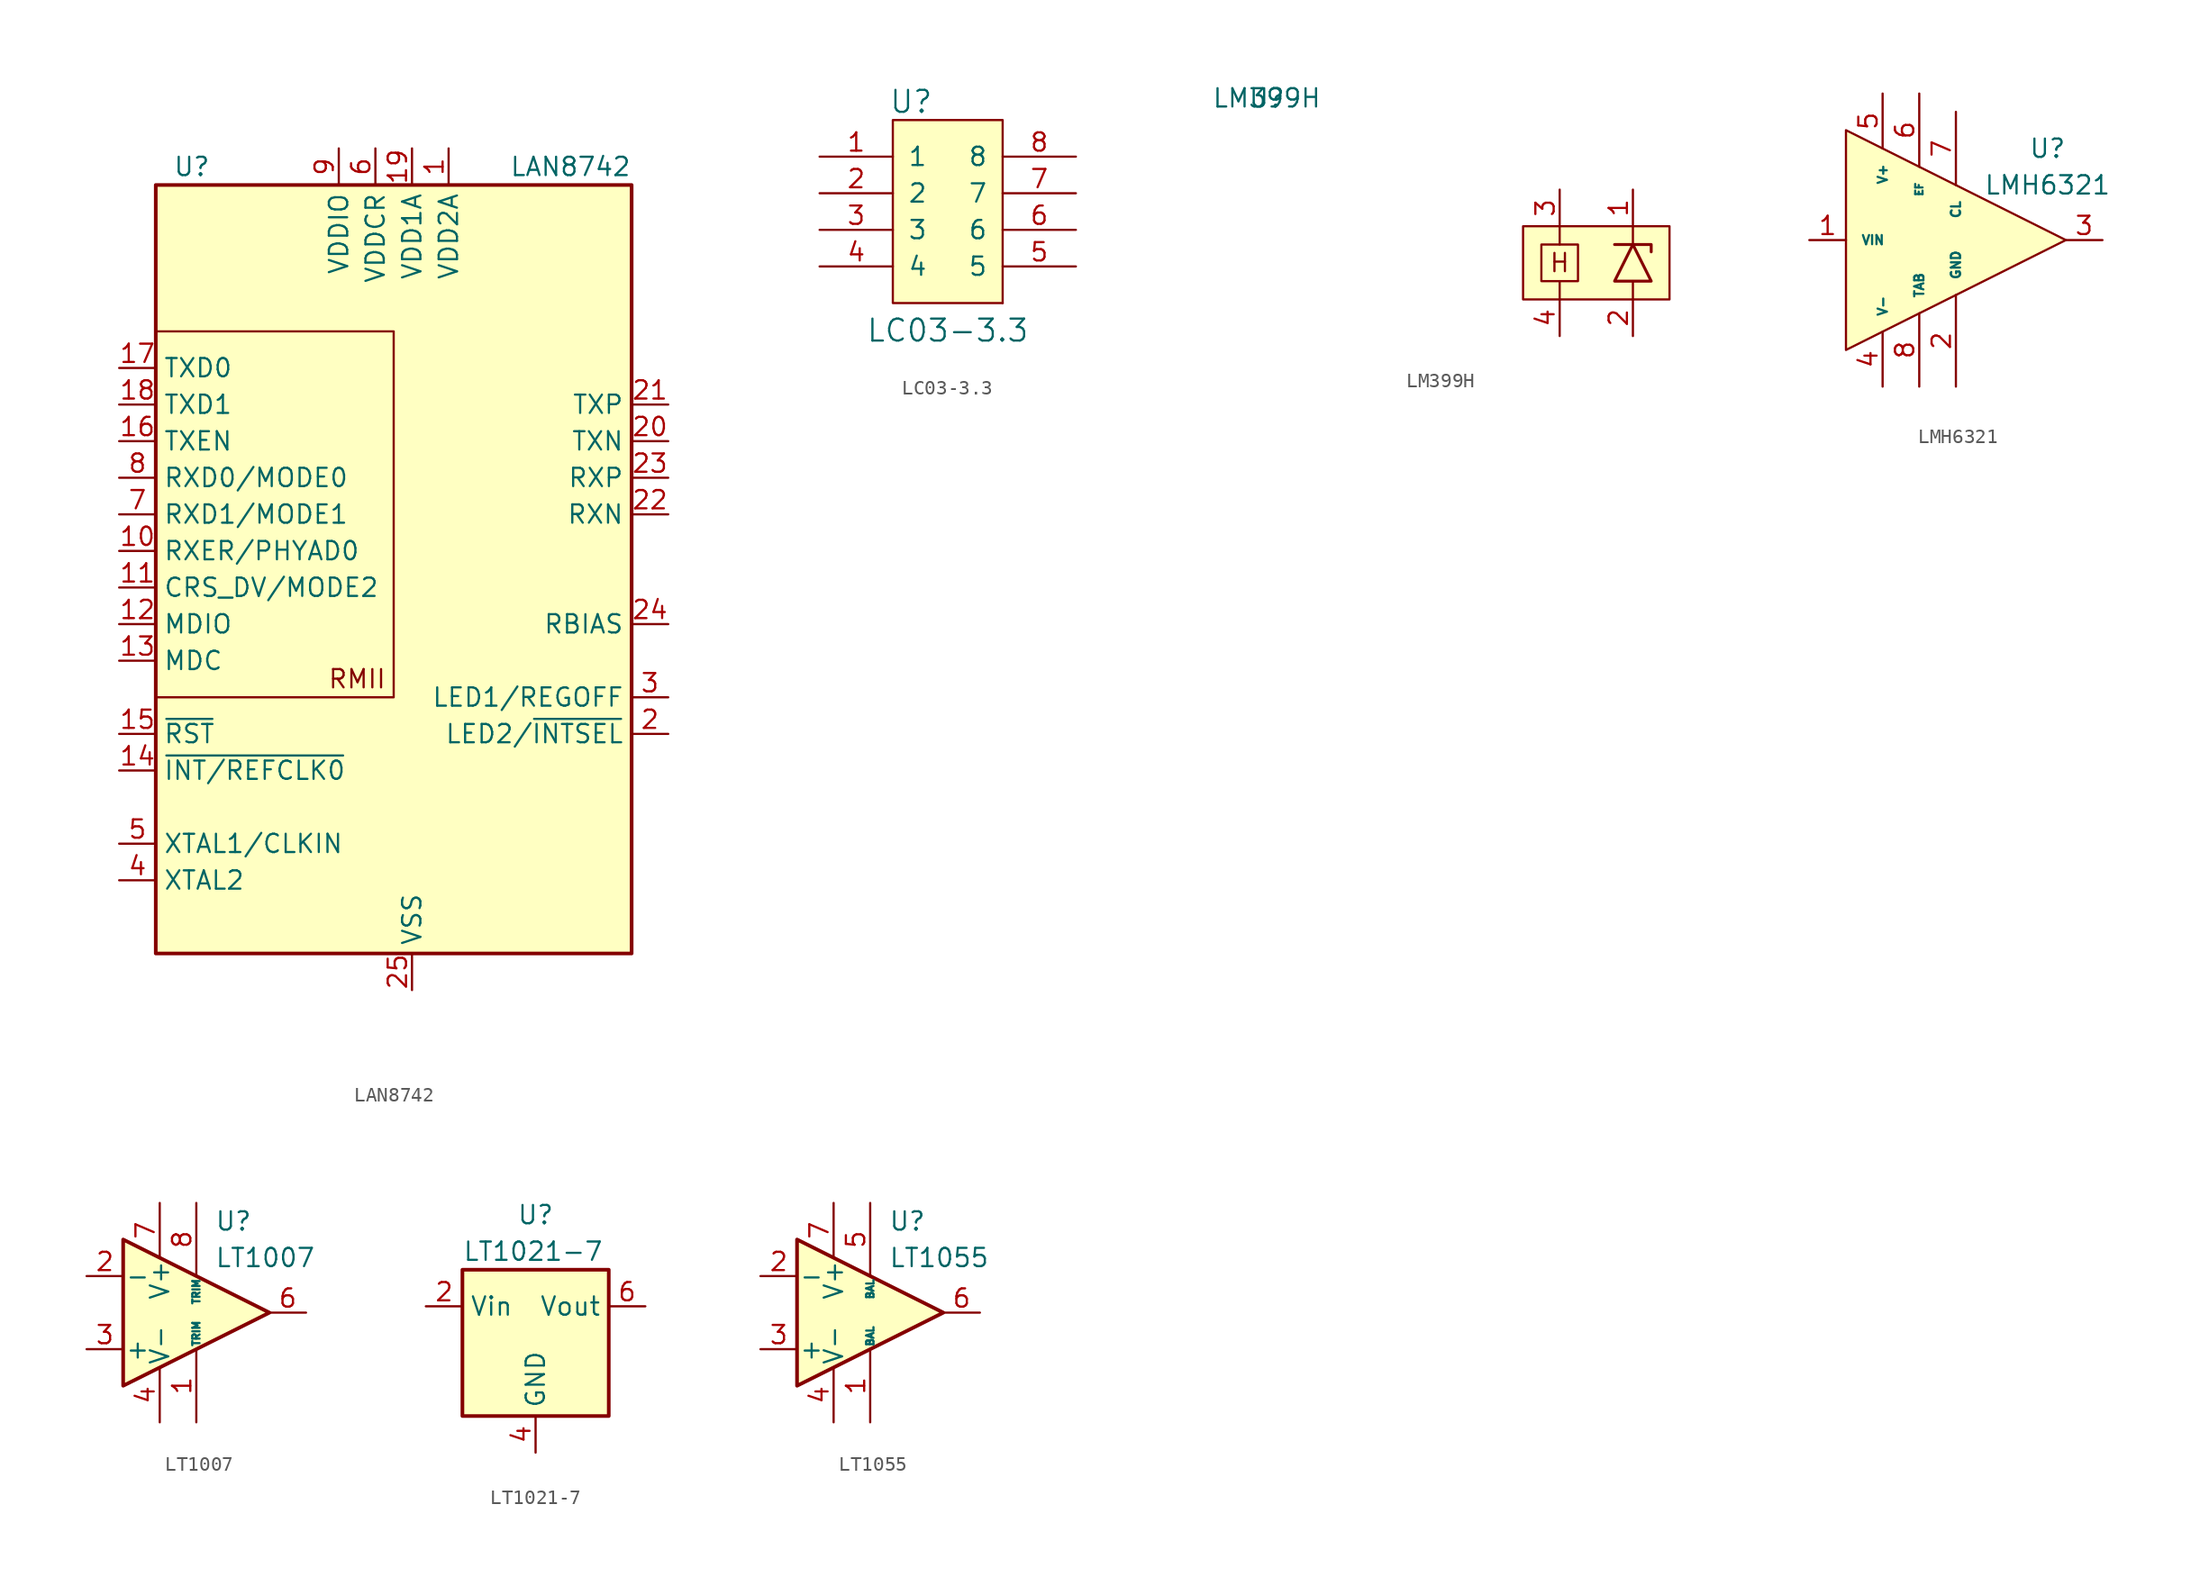
<source format=kicad_sym>
(kicad_symbol_lib
  (version 20220914)
  (generator kicad_symbol_editor)
  (symbol "LAN8742"
    (property "Reference" "U"
      (at -13.97 29.21 0)
      (effects (font (size 1.27 1.27)) (justify right)))
    (property "Value" "LAN8742"
      (at 15.24 29.21 0)
      (effects (font (size 1.27 1.27)) (justify right)))
    (symbol "LAN8742_0_0"
      (text "RMII" (at -3.81 -6.35 0) (effects (font (size 1.27 1.27)))))
    (symbol "LAN8742_0_1"
      (rectangle (start -17.78 17.78) (end -1.27 -7.62) (stroke (width 0) (type default)) (fill (type none)))
      (rectangle (start -17.78 27.94) (end 15.24 -25.4) (stroke (width 0.254) (type default)) (fill (type background))))
    (symbol "LAN8742_1_1"
      (pin power_in line (at 2.54 30.48 270) (length 2.54) (name "VDD2A" (effects (font (size 1.27 1.27)))) (number "1" (effects (font (size 1.27 1.27)))))
      (pin output line (at -20.32 2.54 0) (length 2.54) (name "RXER/PHYAD0" (effects (font (size 1.27 1.27)))) (number "10" (effects (font (size 1.27 1.27)))))
      (pin output line (at -20.32 0 0) (length 2.54) (name "CRS_DV/MODE2" (effects (font (size 1.27 1.27)))) (number "11" (effects (font (size 1.27 1.27)))))
      (pin bidirectional line (at -20.32 -2.54 0) (length 2.54) (name "MDIO" (effects (font (size 1.27 1.27)))) (number "12" (effects (font (size 1.27 1.27)))))
      (pin input line (at -20.32 -5.08 0) (length 2.54) (name "MDC" (effects (font (size 1.27 1.27)))) (number "13" (effects (font (size 1.27 1.27)))))
      (pin output line (at -20.32 -12.7 0) (length 2.54) (name "~{INT/REFCLK0}" (effects (font (size 1.27 1.27)))) (number "14" (effects (font (size 1.27 1.27)))))
      (pin input line (at -20.32 -10.16 0) (length 2.54) (name "~{RST}" (effects (font (size 1.27 1.27)))) (number "15" (effects (font (size 1.27 1.27)))))
      (pin input line (at -20.32 10.16 0) (length 2.54) (name "TXEN" (effects (font (size 1.27 1.27)))) (number "16" (effects (font (size 1.27 1.27)))))
      (pin input line (at -20.32 15.24 0) (length 2.54) (name "TXD0" (effects (font (size 1.27 1.27)))) (number "17" (effects (font (size 1.27 1.27)))))
      (pin input line (at -20.32 12.7 0) (length 2.54) (name "TXD1" (effects (font (size 1.27 1.27)))) (number "18" (effects (font (size 1.27 1.27)))))
      (pin power_in line (at 0 30.48 270) (length 2.54) (name "VDD1A" (effects (font (size 1.27 1.27)))) (number "19" (effects (font (size 1.27 1.27)))))
      (pin bidirectional line (at 17.78 -10.16 180) (length 2.54) (name "LED2/~{INTSEL}" (effects (font (size 1.27 1.27)))) (number "2" (effects (font (size 1.27 1.27)))))
      (pin output line (at 17.78 10.16 180) (length 2.54) (name "TXN" (effects (font (size 1.27 1.27)))) (number "20" (effects (font (size 1.27 1.27)))))
      (pin output line (at 17.78 12.7 180) (length 2.54) (name "TXP" (effects (font (size 1.27 1.27)))) (number "21" (effects (font (size 1.27 1.27)))))
      (pin output line (at 17.78 5.08 180) (length 2.54) (name "RXN" (effects (font (size 1.27 1.27)))) (number "22" (effects (font (size 1.27 1.27)))))
      (pin output line (at 17.78 7.62 180) (length 2.54) (name "RXP" (effects (font (size 1.27 1.27)))) (number "23" (effects (font (size 1.27 1.27)))))
      (pin input line (at 17.78 -2.54 180) (length 2.54) (name "RBIAS" (effects (font (size 1.27 1.27)))) (number "24" (effects (font (size 1.27 1.27)))))
      (pin passive line (at 0 -27.94 90) (length 2.54) (name "VSS" (effects (font (size 1.27 1.27)))) (number "25" (effects (font (size 1.27 1.27)))))
      (pin bidirectional line (at 17.78 -7.62 180) (length 2.54) (name "LED1/REGOFF" (effects (font (size 1.27 1.27)))) (number "3" (effects (font (size 1.27 1.27)))))
      (pin passive line (at -20.32 -20.32 0) (length 2.54) (name "XTAL2" (effects (font (size 1.27 1.27)))) (number "4" (effects (font (size 1.27 1.27)))))
      (pin passive line (at -20.32 -17.78 0) (length 2.54) (name "XTAL1/CLKIN" (effects (font (size 1.27 1.27)))) (number "5" (effects (font (size 1.27 1.27)))))
      (pin power_in line (at -2.54 30.48 270) (length 2.54) (name "VDDCR" (effects (font (size 1.27 1.27)))) (number "6" (effects (font (size 1.27 1.27)))))
      (pin output line (at -20.32 5.08 0) (length 2.54) (name "RXD1/MODE1" (effects (font (size 1.27 1.27)))) (number "7" (effects (font (size 1.27 1.27)))))
      (pin output line (at -20.32 7.62 0) (length 2.54) (name "RXD0/MODE0" (effects (font (size 1.27 1.27)))) (number "8" (effects (font (size 1.27 1.27)))))
      (pin power_in line (at -5.08 30.48 270) (length 2.54) (name "VDDIO" (effects (font (size 1.27 1.27)))) (number "9" (effects (font (size 1.27 1.27)))))))
  (symbol "LC03-3.3"
    (pin_names
      (offset 1.016))
    (property "Reference" "U"
      (at -2.54 7.62 0)
      (effects (font (size 1.524 1.524))))
    (property "Value" "LC03-3.3"
      (at 0 -8.255 0)
      (effects (font (size 1.524 1.524))))
    (property "Footprint" ""
      (at 0 0 0)
      (effects (font (size 1.524 1.524))))
    (property "Datasheet" ""
      (at 0 0 0)
      (effects (font (size 1.524 1.524))))
    (symbol "LC03-3.3_0_1"
      (rectangle (start -3.81 6.35) (end 3.81 -6.35) (stroke (width 0) (type default)) (fill (type background)))
      (rectangle (start 3.81 -6.35) (end 3.81 -6.35) (stroke (width 0) (type default)) (fill (type none))))
    (symbol "LC03-3.3_1_1"
      (pin bidirectional line (at -8.89 3.81 0) (length 5.08) (name "1" (effects (font (size 1.27 1.27)))) (number "1" (effects (font (size 1.27 1.27)))))
      (pin bidirectional line (at -8.89 1.27 0) (length 5.08) (name "2" (effects (font (size 1.27 1.27)))) (number "2" (effects (font (size 1.27 1.27)))))
      (pin bidirectional line (at -8.89 -1.27 0) (length 5.08) (name "3" (effects (font (size 1.27 1.27)))) (number "3" (effects (font (size 1.27 1.27)))))
      (pin bidirectional line (at -8.89 -3.81 0) (length 5.08) (name "4" (effects (font (size 1.27 1.27)))) (number "4" (effects (font (size 1.27 1.27)))))
      (pin bidirectional line (at 8.89 -3.81 180) (length 5.08) (name "5" (effects (font (size 1.27 1.27)))) (number "5" (effects (font (size 1.27 1.27)))))
      (pin bidirectional line (at 8.89 -1.27 180) (length 5.08) (name "6" (effects (font (size 1.27 1.27)))) (number "6" (effects (font (size 1.27 1.27)))))
      (pin bidirectional line (at 8.89 1.27 180) (length 5.08) (name "7" (effects (font (size 1.27 1.27)))) (number "7" (effects (font (size 1.27 1.27)))))
      (pin bidirectional line (at 8.89 3.81 180) (length 5.08) (name "8" (effects (font (size 1.27 1.27)))) (number "8" (effects (font (size 1.27 1.27)))))))
  (symbol "LM399H"
    (pin_names
      (offset 1.016))
    (property "Reference" "U"
      (at -22.86 11.43 0)
      (effects (font (size 1.27 1.27))))
    (property "Value" "LM399H"
      (at -22.86 11.43 0)
      (effects (font (size 1.27 1.27))))
    (symbol "LM399H_0_0"
      (rectangle (start -5.08 2.54) (end 5.08 -2.54) (stroke (width 0) (type default)) (fill (type background)))
      (rectangle (start -3.81 1.27) (end -1.27 -1.27) (stroke (width 0) (type default)) (fill (type none)))
      (polyline (pts (xy -2.54 -2.54) (xy -2.54 -1.27)) (stroke (width 0) (type default)) (fill (type none)))
      (polyline (pts (xy -2.54 1.27) (xy -2.54 2.54)) (stroke (width 0) (type default)) (fill (type none)))
      (polyline (pts (xy 2.54 -2.54) (xy 2.54 -1.27)) (stroke (width 0) (type default)) (fill (type none)))
      (polyline (pts (xy 2.54 1.27) (xy 2.54 2.54)) (stroke (width 0) (type default)) (fill (type none)))
      (text "H" (at -2.54 0 0) (effects (font (size 1.27 1.27)))))
    (symbol "LM399H_1_1"
      (polyline (pts (xy 1.27 1.27) (xy 3.81 1.27) (xy 3.81 0.762)) (stroke (width 0.203) (type default)) (fill (type none)))
      (polyline (pts (xy 1.27 -1.27) (xy 3.81 -1.27) (xy 2.54 1.27) (xy 1.27 -1.27)) (stroke (width 0.203) (type default)) (fill (type none)))
      (pin passive line (at 2.54 5.08 270) (length 2.54) (name "~" (effects (font (size 1.27 1.27)))) (number "1" (effects (font (size 1.27 1.27)))))
      (pin passive line (at 2.54 -5.08 90) (length 2.54) (name "~" (effects (font (size 1.27 1.27)))) (number "2" (effects (font (size 1.27 1.27)))))
      (pin passive line (at -2.54 5.08 270) (length 2.54) (name "~" (effects (font (size 1.27 1.27)))) (number "3" (effects (font (size 1.27 1.27)))))
      (pin passive line (at -2.54 -5.08 90) (length 2.54) (name "~" (effects (font (size 1.27 1.27)))) (number "4" (effects (font (size 1.27 1.27)))))))
  (symbol "LMH6321"
    (pin_names
      (offset 1.016))
    (property "Reference" "U"
      (at 10.16 6.35 0)
      (effects (font (size 1.27 1.27))))
    (property "Value" "LMH6321"
      (at 10.16 3.81 0)
      (effects (font (size 1.27 1.27))))
    (symbol "LMH6321_0_1"
      (polyline (pts (xy -3.81 7.62) (xy -3.81 -7.62) (xy 11.43 0) (xy -3.81 7.62)) (stroke (width 0) (type default)) (fill (type background))))
    (symbol "LMH6321_1_1"
      (pin input line (at -6.35 0 0) (length 2.54) (name "VIN" (effects (font (size 0.635 0.635)))) (number "1" (effects (font (size 1.27 1.27)))))
      (pin input line (at 3.81 -10.16 90) (length 6.35) (name "GND" (effects (font (size 0.635 0.635)))) (number "2" (effects (font (size 1.27 1.27)))))
      (pin output line (at 13.97 0 180) (length 2.54) (name "~" (effects (font (size 1.27 1.27)))) (number "3" (effects (font (size 1.27 1.27)))))
      (pin power_in line (at -1.27 -10.16 90) (length 3.81) (name "V-" (effects (font (size 0.635 0.635)))) (number "4" (effects (font (size 1.27 1.27)))))
      (pin power_in line (at -1.27 10.16 270) (length 3.81) (name "V+" (effects (font (size 0.635 0.635)))) (number "5" (effects (font (size 1.27 1.27)))))
      (pin input line (at 1.27 10.16 270) (length 5.08) (name "EF" (effects (font (size 0.508 0.508)))) (number "6" (effects (font (size 1.27 1.27)))))
      (pin input line (at 3.81 8.89 270) (length 5.08) (name "CL" (effects (font (size 0.635 0.635)))) (number "7" (effects (font (size 1.27 1.27)))))
      (pin input line (at 1.27 -10.16 90) (length 5.08) (name "TAB" (effects (font (size 0.635 0.635)))) (number "8" (effects (font (size 1.27 1.27)))))))
  (symbol "LT1007"
    (pin_names
      (offset 0.127))
    (property "Reference" "U"
      (at 1.27 6.35 0)
      (effects (font (size 1.27 1.27)) (justify left)))
    (property "Value" "LT1007"
      (at 1.27 3.81 0)
      (effects (font (size 1.27 1.27)) (justify left)))
    (symbol "LT1007_0_1"
      (polyline (pts (xy -5.08 5.08) (xy 5.08 0) (xy -5.08 -5.08) (xy -5.08 5.08)) (stroke (width 0.254) (type default)) (fill (type background))))
    (symbol "LT1007_1_1"
      (pin input line (at 0 -7.62 90) (length 5.08) (name "TRIM" (effects (font (size 0.508 0.508)))) (number "1" (effects (font (size 1.27 1.27)))))
      (pin input line (at -7.62 2.54 0) (length 2.54) (name "-" (effects (font (size 1.27 1.27)))) (number "2" (effects (font (size 1.27 1.27)))))
      (pin input line (at -7.62 -2.54 0) (length 2.54) (name "+" (effects (font (size 1.27 1.27)))) (number "3" (effects (font (size 1.27 1.27)))))
      (pin power_in line (at -2.54 -7.62 90) (length 3.81) (name "V-" (effects (font (size 1.27 1.27)))) (number "4" (effects (font (size 1.27 1.27)))))
      (pin no_connect non_logic (at 2.54 -1.27 90) (length 0) hide (name "NC" (effects (font (size 0.508 0.508)))) (number "5" (effects (font (size 1.27 1.27)))))
      (pin output line (at 7.62 0 180) (length 2.54) (name "~" (effects (font (size 1.27 1.27)))) (number "6" (effects (font (size 1.27 1.27)))))
      (pin power_in line (at -2.54 7.62 270) (length 3.81) (name "V+" (effects (font (size 1.27 1.27)))) (number "7" (effects (font (size 1.27 1.27)))))
      (pin input line (at 0 7.62 270) (length 5.08) (name "TRIM" (effects (font (size 0.508 0.508)))) (number "8" (effects (font (size 1.27 1.27)))))))
  (symbol "LT1021-7"
    (property "Reference" "U"
      (at 0 8.89 0)
      (effects (font (size 1.27 1.27))))
    (property "Value" "LT1021-7"
      (at -5.08 6.35 0)
      (effects (font (size 1.27 1.27)) (justify left)))
    (symbol "LT1021-7_0_1"
      (rectangle (start -5.08 5.08) (end 5.08 -5.08) (stroke (width 0.254) (type default)) (fill (type background))))
    (symbol "LT1021-7_1_1"
      (pin no_connect non_logic (at 0 5.08 90) (length 0) hide (name "DNC" (effects (font (size 1.27 1.27)))) (number "1" (effects (font (size 1.27 1.27)))))
      (pin passive line (at -7.62 2.54 0) (length 2.54) (name "Vin" (effects (font (size 1.27 1.27)))) (number "2" (effects (font (size 1.27 1.27)))))
      (pin no_connect non_logic (at 2.54 -5.08 270) (length 0) hide (name "DNC" (effects (font (size 1.27 1.27)))) (number "3" (effects (font (size 1.27 1.27)))))
      (pin passive line (at 0 -7.62 90) (length 2.54) (name "GND" (effects (font (size 1.27 1.27)))) (number "4" (effects (font (size 1.27 1.27)))))
      (pin no_connect non_logic (at 3.81 -5.08 270) (length 0) hide (name "DNC" (effects (font (size 1.27 1.27)))) (number "5" (effects (font (size 1.27 1.27)))))
      (pin passive line (at 7.62 2.54 180) (length 2.54) (name "Vout" (effects (font (size 1.27 1.27)))) (number "6" (effects (font (size 1.27 1.27)))))
      (pin no_connect non_logic (at -3.81 -5.08 270) (length 0) hide (name "DNC" (effects (font (size 1.27 1.27)))) (number "7" (effects (font (size 1.27 1.27)))))
      (pin no_connect non_logic (at -2.54 -5.08 270) (length 0) hide (name "DNC" (effects (font (size 1.27 1.27)))) (number "8" (effects (font (size 1.27 1.27)))))))
  (symbol "LT1055"
    (pin_names
      (offset 0.127))
    (property "Reference" "U"
      (at 1.27 6.35 0)
      (effects (font (size 1.27 1.27)) (justify left)))
    (property "Value" "LT1055"
      (at 1.27 3.81 0)
      (effects (font (size 1.27 1.27)) (justify left)))
    (symbol "LT1055_0_1"
      (polyline (pts (xy -5.08 5.08) (xy 5.08 0) (xy -5.08 -5.08) (xy -5.08 5.08)) (stroke (width 0.254) (type default)) (fill (type background))))
    (symbol "LT1055_1_1"
      (pin input line (at 0 -7.62 90) (length 5.08) (name "BAL" (effects (font (size 0.508 0.508)))) (number "1" (effects (font (size 1.27 1.27)))))
      (pin input line (at -7.62 2.54 0) (length 2.54) (name "-" (effects (font (size 1.27 1.27)))) (number "2" (effects (font (size 1.27 1.27)))))
      (pin input line (at -7.62 -2.54 0) (length 2.54) (name "+" (effects (font (size 1.27 1.27)))) (number "3" (effects (font (size 1.27 1.27)))))
      (pin power_in line (at -2.54 -7.62 90) (length 3.81) (name "V-" (effects (font (size 1.27 1.27)))) (number "4" (effects (font (size 1.27 1.27)))))
      (pin input line (at 0 7.62 270) (length 5.08) (name "BAL" (effects (font (size 0.508 0.508)))) (number "5" (effects (font (size 1.27 1.27)))))
      (pin output line (at 7.62 0 180) (length 2.54) (name "~" (effects (font (size 1.27 1.27)))) (number "6" (effects (font (size 1.27 1.27)))))
      (pin power_in line (at -2.54 7.62 270) (length 3.81) (name "V+" (effects (font (size 1.27 1.27)))) (number "7" (effects (font (size 1.27 1.27)))))
      (pin no_connect non_logic (at 2.54 -1.27 90) (length 0) hide (name "NC" (effects (font (size 0.508 0.508)))) (number "8" (effects (font (size 1.27 1.27))))))))
</source>
